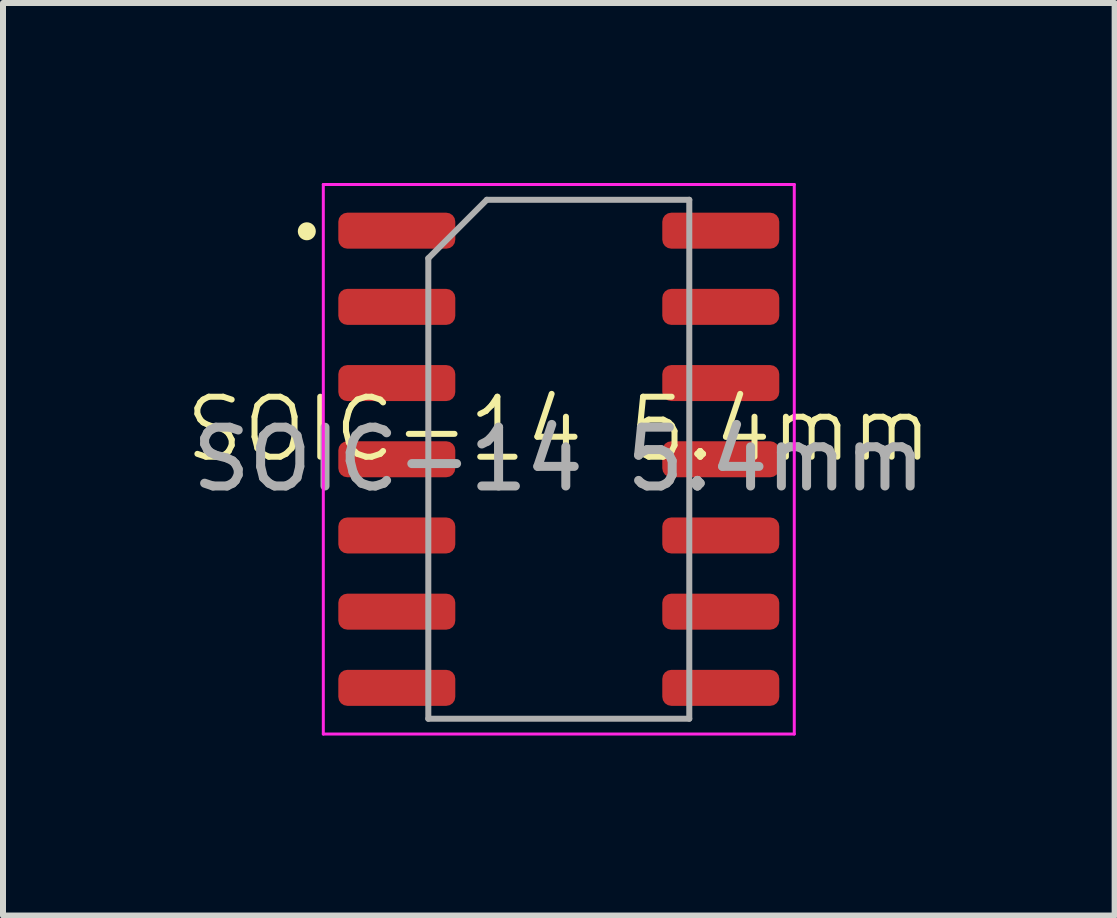
<source format=kicad_pcb>
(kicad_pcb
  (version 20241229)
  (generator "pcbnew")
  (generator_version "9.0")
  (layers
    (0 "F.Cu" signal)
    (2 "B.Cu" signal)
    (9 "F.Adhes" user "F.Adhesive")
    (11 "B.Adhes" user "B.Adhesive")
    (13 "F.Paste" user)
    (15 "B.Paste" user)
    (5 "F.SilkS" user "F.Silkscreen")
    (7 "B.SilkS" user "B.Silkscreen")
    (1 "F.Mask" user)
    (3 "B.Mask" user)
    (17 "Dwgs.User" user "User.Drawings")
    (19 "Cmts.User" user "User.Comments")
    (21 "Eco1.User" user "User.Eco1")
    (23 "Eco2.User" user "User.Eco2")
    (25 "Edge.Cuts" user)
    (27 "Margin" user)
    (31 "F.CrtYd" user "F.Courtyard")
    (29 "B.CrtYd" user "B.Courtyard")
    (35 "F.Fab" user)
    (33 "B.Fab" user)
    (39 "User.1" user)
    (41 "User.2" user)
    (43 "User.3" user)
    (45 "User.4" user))
  (footprint "SOIC-14 5.4mm"
    (layer "F.Cu")
    (at 6.264 4.605)
    (property "Reference" "SOIC-14 5.4mm" (at 0 -0.5 0) (unlocked yes) (layer "F.SilkS") (effects (font (size 1 1) (thickness 0.1))))
    (attr smd)
    (fp_circle (center -4.2 -3.8) (end -4.1 -3.8) (stroke (width 0.1) (type solid)) (fill yes) (layer "F.SilkS"))
    (fp_line (start -3.925 -4.58) (end -3.925 4.58) (stroke (width 0.05) (type solid)) (layer "F.CrtYd"))
    (fp_line (start -3.925 4.58) (end 3.925 4.58) (stroke (width 0.05) (type solid)) (layer "F.CrtYd"))
    (fp_line (start 3.925 -4.58) (end -3.925 -4.58) (stroke (width 0.05) (type solid)) (layer "F.CrtYd"))
    (fp_line (start 3.925 4.58) (end 3.925 -4.58) (stroke (width 0.05) (type solid)) (layer "F.CrtYd"))
    (fp_line (start -2.175 -3.35) (end -1.2 -4.325) (stroke (width 0.1) (type solid)) (layer "F.Fab"))
    (fp_line (start -2.175 4.325) (end -2.175 -3.35) (stroke (width 0.1) (type solid)) (layer "F.Fab"))
    (fp_line (start -1.2 -4.325) (end 2.175 -4.325) (stroke (width 0.1) (type solid)) (layer "F.Fab"))
    (fp_line (start 2.175 -4.325) (end 2.175 4.325) (stroke (width 0.1) (type solid)) (layer "F.Fab"))
    (fp_line (start 2.175 4.325) (end -2.175 4.325) (stroke (width 0.1) (type solid)) (layer "F.Fab"))
    (fp_text user "${REFERENCE}" (at 0 0 0) (layer "F.Fab") (effects (font (size 0.98 0.98) (thickness 0.15))))
    (pad "1" smd roundrect (at -2.7 -3.81) (size 1.95 0.6) (layers "F.Cu" "F.Mask" "F.Paste") (roundrect_rratio 0.25))
    (pad "2" smd roundrect (at -2.7 -2.54) (size 1.95 0.6) (layers "F.Cu" "F.Mask" "F.Paste") (roundrect_rratio 0.25))
    (pad "3" smd roundrect (at -2.7 -1.27) (size 1.95 0.6) (layers "F.Cu" "F.Mask" "F.Paste") (roundrect_rratio 0.25))
    (pad "4" smd roundrect (at -2.7 0) (size 1.95 0.6) (layers "F.Cu" "F.Mask" "F.Paste") (roundrect_rratio 0.25))
    (pad "5" smd roundrect (at -2.7 1.27) (size 1.95 0.6) (layers "F.Cu" "F.Mask" "F.Paste") (roundrect_rratio 0.25))
    (pad "6" smd roundrect (at -2.7 2.54) (size 1.95 0.6) (layers "F.Cu" "F.Mask" "F.Paste") (roundrect_rratio 0.25))
    (pad "7" smd roundrect (at -2.7 3.81) (size 1.95 0.6) (layers "F.Cu" "F.Mask" "F.Paste") (roundrect_rratio 0.25))
    (pad "8" smd roundrect (at 2.7 3.81) (size 1.95 0.6) (layers "F.Cu" "F.Mask" "F.Paste") (roundrect_rratio 0.25))
    (pad "9" smd roundrect (at 2.7 2.54) (size 1.95 0.6) (layers "F.Cu" "F.Mask" "F.Paste") (roundrect_rratio 0.25))
    (pad "10" smd roundrect (at 2.7 1.27) (size 1.95 0.6) (layers "F.Cu" "F.Mask" "F.Paste") (roundrect_rratio 0.25))
    (pad "11" smd roundrect (at 2.7 0) (size 1.95 0.6) (layers "F.Cu" "F.Mask" "F.Paste") (roundrect_rratio 0.25))
    (pad "12" smd roundrect (at 2.7 -1.27) (size 1.95 0.6) (layers "F.Cu" "F.Mask" "F.Paste") (roundrect_rratio 0.25))
    (pad "13" smd roundrect (at 2.7 -2.54) (size 1.95 0.6) (layers "F.Cu" "F.Mask" "F.Paste") (roundrect_rratio 0.25))
    (pad "14" smd roundrect (at 2.7 -3.81) (size 1.95 0.6) (layers "F.Cu" "F.Mask" "F.Paste") (roundrect_rratio 0.25)))
  (gr_rect
    (start -3 -3)
    (end 15.529 12.21)
    (stroke (width 0.1) (type default))
    (fill no)
    (layer "Edge.Cuts")))
</source>
